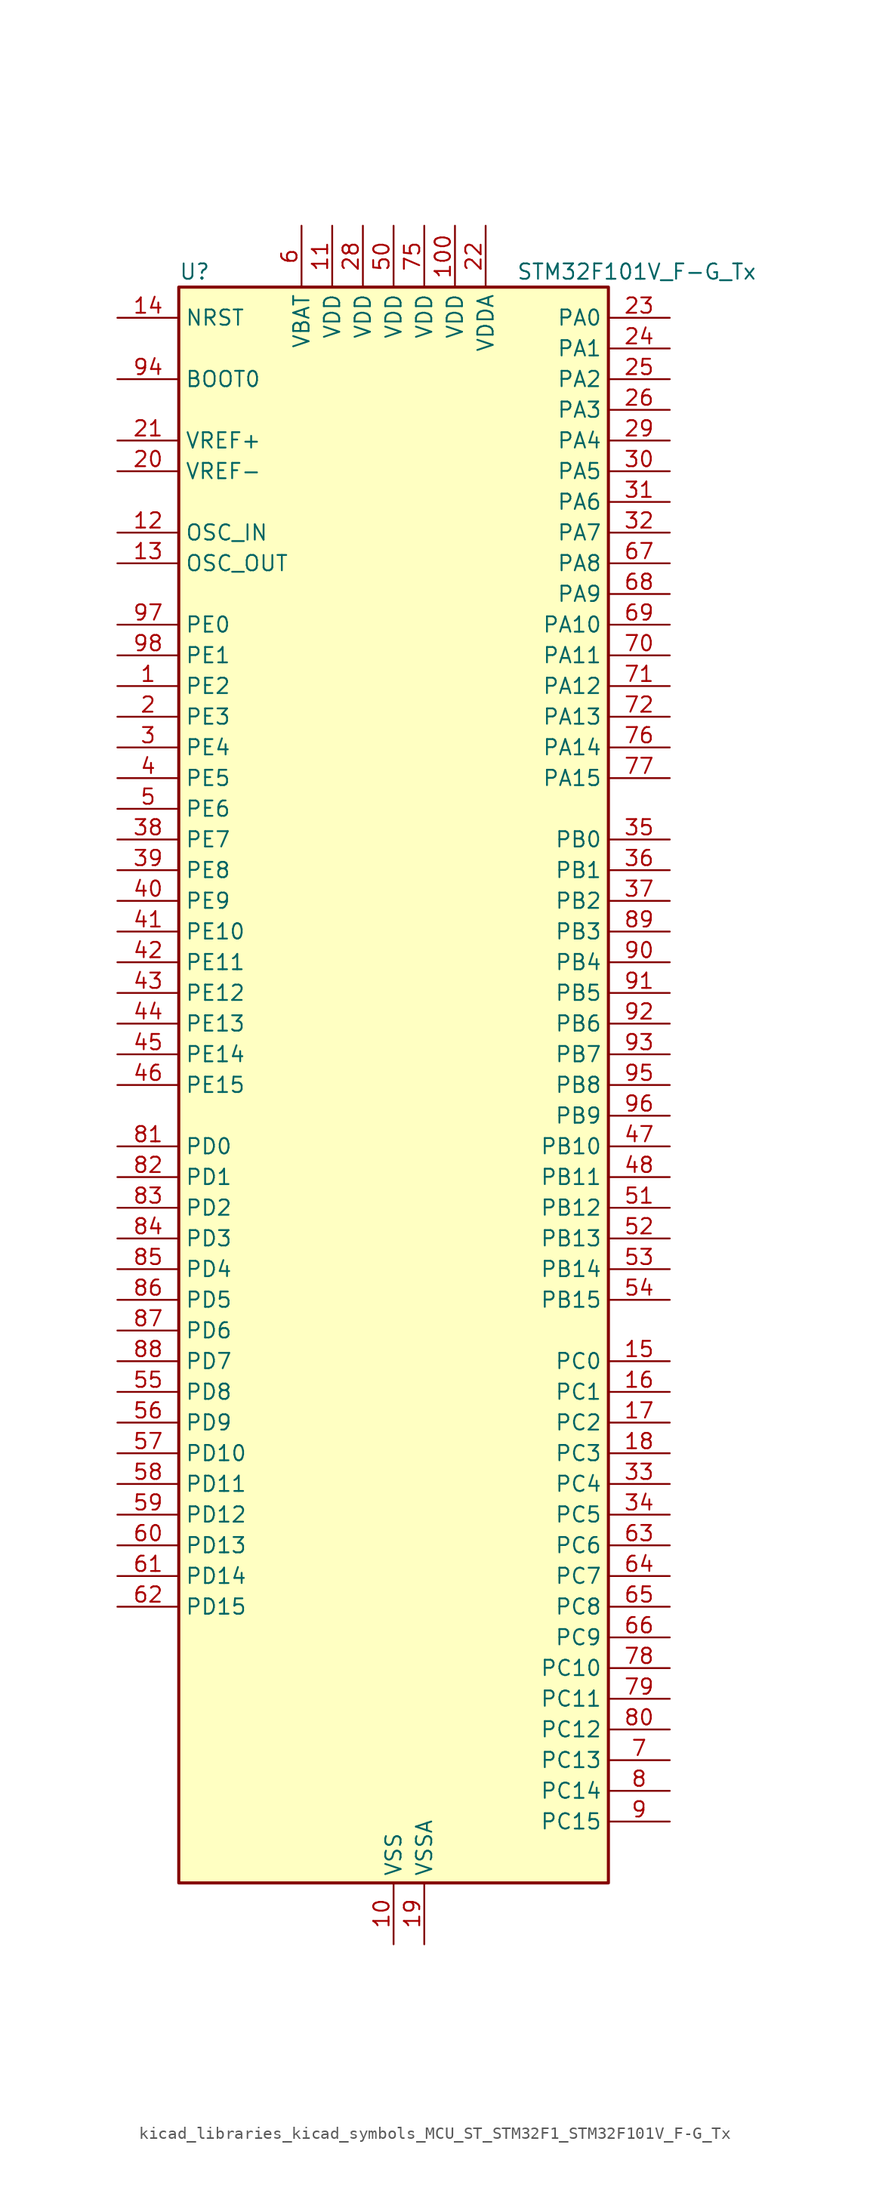
<source format=kicad_sym>
(kicad_symbol_lib
  (version 20220914)
  (generator kicad_symbol_editor)
  (symbol "kicad_libraries_kicad_symbols_MCU_ST_STM32F1_STM32F101V_F-G_Tx"
    (property "Reference" "U"
      (at -17.78 67.31 0)
      (effects (font (size 1.27 1.27)) (justify left)))
    (property "Value" "STM32F101V_F-G_Tx"
      (at 10.16 67.31 0)
      (effects (font (size 1.27 1.27)) (justify left)))
    (property "ki_locked" ""
      (at 0 0 0)
      (effects (font (size 1.27 1.27))))
    (symbol "kicad_libraries_kicad_symbols_MCU_ST_STM32F1_STM32F101V_F-G_Tx_0_1"
      (rectangle (start -17.78 -66.04) (end 17.78 66.04) (stroke (width 0.254) (type default)) (fill (type background))))
    (symbol "kicad_libraries_kicad_symbols_MCU_ST_STM32F1_STM32F101V_F-G_Tx_1_1"
      (pin bidirectional line (at -22.86 33.02 0) (length 5.08) (name "PE2" (effects (font (size 1.27 1.27)))) (number "1" (effects (font (size 1.27 1.27)))) (alternate "FSMC_A23" bidirectional line) (alternate "SYS_TRACECLK" bidirectional line))
      (pin power_in line (at 0 -71.12 90) (length 5.08) (name "VSS" (effects (font (size 1.27 1.27)))) (number "10" (effects (font (size 1.27 1.27)))))
      (pin power_in line (at 5.08 71.12 270) (length 5.08) (name "VDD" (effects (font (size 1.27 1.27)))) (number "100" (effects (font (size 1.27 1.27)))))
      (pin power_in line (at -5.08 71.12 270) (length 5.08) (name "VDD" (effects (font (size 1.27 1.27)))) (number "11" (effects (font (size 1.27 1.27)))))
      (pin input line (at -22.86 45.72 0) (length 5.08) (name "OSC_IN" (effects (font (size 1.27 1.27)))) (number "12" (effects (font (size 1.27 1.27)))) (alternate "RCC_OSC_IN" bidirectional line))
      (pin input line (at -22.86 43.18 0) (length 5.08) (name "OSC_OUT" (effects (font (size 1.27 1.27)))) (number "13" (effects (font (size 1.27 1.27)))) (alternate "RCC_OSC_OUT" bidirectional line))
      (pin input line (at -22.86 63.5 0) (length 5.08) (name "NRST" (effects (font (size 1.27 1.27)))) (number "14" (effects (font (size 1.27 1.27)))))
      (pin bidirectional line (at 22.86 -22.86 180) (length 5.08) (name "PC0" (effects (font (size 1.27 1.27)))) (number "15" (effects (font (size 1.27 1.27)))) (alternate "ADC1_IN10" bidirectional line))
      (pin bidirectional line (at 22.86 -25.4 180) (length 5.08) (name "PC1" (effects (font (size 1.27 1.27)))) (number "16" (effects (font (size 1.27 1.27)))) (alternate "ADC1_IN11" bidirectional line))
      (pin bidirectional line (at 22.86 -27.94 180) (length 5.08) (name "PC2" (effects (font (size 1.27 1.27)))) (number "17" (effects (font (size 1.27 1.27)))) (alternate "ADC1_IN12" bidirectional line))
      (pin bidirectional line (at 22.86 -30.48 180) (length 5.08) (name "PC3" (effects (font (size 1.27 1.27)))) (number "18" (effects (font (size 1.27 1.27)))) (alternate "ADC1_IN13" bidirectional line))
      (pin power_in line (at 2.54 -71.12 90) (length 5.08) (name "VSSA" (effects (font (size 1.27 1.27)))) (number "19" (effects (font (size 1.27 1.27)))))
      (pin bidirectional line (at -22.86 30.48 0) (length 5.08) (name "PE3" (effects (font (size 1.27 1.27)))) (number "2" (effects (font (size 1.27 1.27)))) (alternate "FSMC_A19" bidirectional line) (alternate "SYS_TRACED0" bidirectional line))
      (pin input line (at -22.86 50.8 0) (length 5.08) (name "VREF-" (effects (font (size 1.27 1.27)))) (number "20" (effects (font (size 1.27 1.27)))))
      (pin input line (at -22.86 53.34 0) (length 5.08) (name "VREF+" (effects (font (size 1.27 1.27)))) (number "21" (effects (font (size 1.27 1.27)))))
      (pin power_in line (at 7.62 71.12 270) (length 5.08) (name "VDDA" (effects (font (size 1.27 1.27)))) (number "22" (effects (font (size 1.27 1.27)))))
      (pin bidirectional line (at 22.86 63.5 180) (length 5.08) (name "PA0" (effects (font (size 1.27 1.27)))) (number "23" (effects (font (size 1.27 1.27)))) (alternate "ADC1_IN0" bidirectional line) (alternate "SYS_WKUP" bidirectional line) (alternate "TIM2_CH1" bidirectional line) (alternate "TIM2_ETR" bidirectional line) (alternate "TIM5_CH1" bidirectional line) (alternate "USART2_CTS" bidirectional line))
      (pin bidirectional line (at 22.86 60.96 180) (length 5.08) (name "PA1" (effects (font (size 1.27 1.27)))) (number "24" (effects (font (size 1.27 1.27)))) (alternate "ADC1_IN1" bidirectional line) (alternate "TIM2_CH2" bidirectional line) (alternate "TIM5_CH2" bidirectional line) (alternate "USART2_RTS" bidirectional line))
      (pin bidirectional line (at 22.86 58.42 180) (length 5.08) (name "PA2" (effects (font (size 1.27 1.27)))) (number "25" (effects (font (size 1.27 1.27)))) (alternate "ADC1_IN2" bidirectional line) (alternate "TIM2_CH3" bidirectional line) (alternate "TIM5_CH3" bidirectional line) (alternate "TIM9_CH1" bidirectional line) (alternate "USART2_TX" bidirectional line))
      (pin bidirectional line (at 22.86 55.88 180) (length 5.08) (name "PA3" (effects (font (size 1.27 1.27)))) (number "26" (effects (font (size 1.27 1.27)))) (alternate "ADC1_IN3" bidirectional line) (alternate "TIM2_CH4" bidirectional line) (alternate "TIM5_CH4" bidirectional line) (alternate "TIM9_CH2" bidirectional line) (alternate "USART2_RX" bidirectional line))
      (pin passive line (at 0 -71.12 90) (length 5.08) hide (name "VSS" (effects (font (size 1.27 1.27)))) (number "27" (effects (font (size 1.27 1.27)))))
      (pin power_in line (at -2.54 71.12 270) (length 5.08) (name "VDD" (effects (font (size 1.27 1.27)))) (number "28" (effects (font (size 1.27 1.27)))))
      (pin bidirectional line (at 22.86 53.34 180) (length 5.08) (name "PA4" (effects (font (size 1.27 1.27)))) (number "29" (effects (font (size 1.27 1.27)))) (alternate "ADC1_IN4" bidirectional line) (alternate "DAC_OUT1" bidirectional line) (alternate "SPI1_NSS" bidirectional line) (alternate "USART2_CK" bidirectional line))
      (pin bidirectional line (at -22.86 27.94 0) (length 5.08) (name "PE4" (effects (font (size 1.27 1.27)))) (number "3" (effects (font (size 1.27 1.27)))) (alternate "FSMC_A20" bidirectional line) (alternate "SYS_TRACED1" bidirectional line))
      (pin bidirectional line (at 22.86 50.8 180) (length 5.08) (name "PA5" (effects (font (size 1.27 1.27)))) (number "30" (effects (font (size 1.27 1.27)))) (alternate "ADC1_IN5" bidirectional line) (alternate "DAC_OUT2" bidirectional line) (alternate "SPI1_SCK" bidirectional line))
      (pin bidirectional line (at 22.86 48.26 180) (length 5.08) (name "PA6" (effects (font (size 1.27 1.27)))) (number "31" (effects (font (size 1.27 1.27)))) (alternate "ADC1_IN6" bidirectional line) (alternate "SPI1_MISO" bidirectional line) (alternate "TIM13_CH1" bidirectional line) (alternate "TIM3_CH1" bidirectional line))
      (pin bidirectional line (at 22.86 45.72 180) (length 5.08) (name "PA7" (effects (font (size 1.27 1.27)))) (number "32" (effects (font (size 1.27 1.27)))) (alternate "ADC1_IN7" bidirectional line) (alternate "SPI1_MOSI" bidirectional line) (alternate "TIM14_CH1" bidirectional line) (alternate "TIM3_CH2" bidirectional line))
      (pin bidirectional line (at 22.86 -33.02 180) (length 5.08) (name "PC4" (effects (font (size 1.27 1.27)))) (number "33" (effects (font (size 1.27 1.27)))) (alternate "ADC1_IN14" bidirectional line))
      (pin bidirectional line (at 22.86 -35.56 180) (length 5.08) (name "PC5" (effects (font (size 1.27 1.27)))) (number "34" (effects (font (size 1.27 1.27)))) (alternate "ADC1_IN15" bidirectional line))
      (pin bidirectional line (at 22.86 20.32 180) (length 5.08) (name "PB0" (effects (font (size 1.27 1.27)))) (number "35" (effects (font (size 1.27 1.27)))) (alternate "ADC1_IN8" bidirectional line) (alternate "TIM3_CH3" bidirectional line))
      (pin bidirectional line (at 22.86 17.78 180) (length 5.08) (name "PB1" (effects (font (size 1.27 1.27)))) (number "36" (effects (font (size 1.27 1.27)))) (alternate "ADC1_IN9" bidirectional line) (alternate "TIM3_CH4" bidirectional line))
      (pin bidirectional line (at 22.86 15.24 180) (length 5.08) (name "PB2" (effects (font (size 1.27 1.27)))) (number "37" (effects (font (size 1.27 1.27)))))
      (pin bidirectional line (at -22.86 20.32 0) (length 5.08) (name "PE7" (effects (font (size 1.27 1.27)))) (number "38" (effects (font (size 1.27 1.27)))) (alternate "FSMC_D4" bidirectional line) (alternate "FSMC_DA4" bidirectional line))
      (pin bidirectional line (at -22.86 17.78 0) (length 5.08) (name "PE8" (effects (font (size 1.27 1.27)))) (number "39" (effects (font (size 1.27 1.27)))) (alternate "FSMC_D5" bidirectional line) (alternate "FSMC_DA5" bidirectional line))
      (pin bidirectional line (at -22.86 25.4 0) (length 5.08) (name "PE5" (effects (font (size 1.27 1.27)))) (number "4" (effects (font (size 1.27 1.27)))) (alternate "FSMC_A21" bidirectional line) (alternate "SYS_TRACED2" bidirectional line) (alternate "TIM9_CH1" bidirectional line))
      (pin bidirectional line (at -22.86 15.24 0) (length 5.08) (name "PE9" (effects (font (size 1.27 1.27)))) (number "40" (effects (font (size 1.27 1.27)))) (alternate "DAC_EXTI9" bidirectional line) (alternate "FSMC_D6" bidirectional line) (alternate "FSMC_DA6" bidirectional line))
      (pin bidirectional line (at -22.86 12.7 0) (length 5.08) (name "PE10" (effects (font (size 1.27 1.27)))) (number "41" (effects (font (size 1.27 1.27)))) (alternate "FSMC_D7" bidirectional line) (alternate "FSMC_DA7" bidirectional line))
      (pin bidirectional line (at -22.86 10.16 0) (length 5.08) (name "PE11" (effects (font (size 1.27 1.27)))) (number "42" (effects (font (size 1.27 1.27)))) (alternate "ADC1_EXTI11" bidirectional line) (alternate "FSMC_D8" bidirectional line) (alternate "FSMC_DA8" bidirectional line))
      (pin bidirectional line (at -22.86 7.62 0) (length 5.08) (name "PE12" (effects (font (size 1.27 1.27)))) (number "43" (effects (font (size 1.27 1.27)))) (alternate "FSMC_D9" bidirectional line) (alternate "FSMC_DA9" bidirectional line))
      (pin bidirectional line (at -22.86 5.08 0) (length 5.08) (name "PE13" (effects (font (size 1.27 1.27)))) (number "44" (effects (font (size 1.27 1.27)))) (alternate "FSMC_D10" bidirectional line) (alternate "FSMC_DA10" bidirectional line))
      (pin bidirectional line (at -22.86 2.54 0) (length 5.08) (name "PE14" (effects (font (size 1.27 1.27)))) (number "45" (effects (font (size 1.27 1.27)))) (alternate "FSMC_D11" bidirectional line) (alternate "FSMC_DA11" bidirectional line))
      (pin bidirectional line (at -22.86 0 0) (length 5.08) (name "PE15" (effects (font (size 1.27 1.27)))) (number "46" (effects (font (size 1.27 1.27)))) (alternate "ADC1_EXTI15" bidirectional line) (alternate "FSMC_D12" bidirectional line) (alternate "FSMC_DA12" bidirectional line))
      (pin bidirectional line (at 22.86 -5.08 180) (length 5.08) (name "PB10" (effects (font (size 1.27 1.27)))) (number "47" (effects (font (size 1.27 1.27)))) (alternate "I2C2_SCL" bidirectional line) (alternate "TIM2_CH3" bidirectional line) (alternate "USART3_TX" bidirectional line))
      (pin bidirectional line (at 22.86 -7.62 180) (length 5.08) (name "PB11" (effects (font (size 1.27 1.27)))) (number "48" (effects (font (size 1.27 1.27)))) (alternate "ADC1_EXTI11" bidirectional line) (alternate "I2C2_SDA" bidirectional line) (alternate "TIM2_CH4" bidirectional line) (alternate "USART3_RX" bidirectional line))
      (pin passive line (at 0 -71.12 90) (length 5.08) hide (name "VSS" (effects (font (size 1.27 1.27)))) (number "49" (effects (font (size 1.27 1.27)))))
      (pin bidirectional line (at -22.86 22.86 0) (length 5.08) (name "PE6" (effects (font (size 1.27 1.27)))) (number "5" (effects (font (size 1.27 1.27)))) (alternate "FSMC_A22" bidirectional line) (alternate "SYS_TRACED3" bidirectional line) (alternate "TIM9_CH2" bidirectional line))
      (pin power_in line (at 0 71.12 270) (length 5.08) (name "VDD" (effects (font (size 1.27 1.27)))) (number "50" (effects (font (size 1.27 1.27)))))
      (pin bidirectional line (at 22.86 -10.16 180) (length 5.08) (name "PB12" (effects (font (size 1.27 1.27)))) (number "51" (effects (font (size 1.27 1.27)))) (alternate "I2C2_SMBA" bidirectional line) (alternate "SPI2_NSS" bidirectional line) (alternate "USART3_CK" bidirectional line))
      (pin bidirectional line (at 22.86 -12.7 180) (length 5.08) (name "PB13" (effects (font (size 1.27 1.27)))) (number "52" (effects (font (size 1.27 1.27)))) (alternate "SPI2_SCK" bidirectional line) (alternate "USART3_CTS" bidirectional line))
      (pin bidirectional line (at 22.86 -15.24 180) (length 5.08) (name "PB14" (effects (font (size 1.27 1.27)))) (number "53" (effects (font (size 1.27 1.27)))) (alternate "SPI2_MISO" bidirectional line) (alternate "TIM12_CH1" bidirectional line) (alternate "USART3_RTS" bidirectional line))
      (pin bidirectional line (at 22.86 -17.78 180) (length 5.08) (name "PB15" (effects (font (size 1.27 1.27)))) (number "54" (effects (font (size 1.27 1.27)))) (alternate "ADC1_EXTI15" bidirectional line) (alternate "SPI2_MOSI" bidirectional line) (alternate "TIM12_CH2" bidirectional line))
      (pin bidirectional line (at -22.86 -25.4 0) (length 5.08) (name "PD8" (effects (font (size 1.27 1.27)))) (number "55" (effects (font (size 1.27 1.27)))) (alternate "FSMC_D13" bidirectional line) (alternate "FSMC_DA13" bidirectional line) (alternate "USART3_TX" bidirectional line))
      (pin bidirectional line (at -22.86 -27.94 0) (length 5.08) (name "PD9" (effects (font (size 1.27 1.27)))) (number "56" (effects (font (size 1.27 1.27)))) (alternate "DAC_EXTI9" bidirectional line) (alternate "FSMC_D14" bidirectional line) (alternate "FSMC_DA14" bidirectional line) (alternate "USART3_RX" bidirectional line))
      (pin bidirectional line (at -22.86 -30.48 0) (length 5.08) (name "PD10" (effects (font (size 1.27 1.27)))) (number "57" (effects (font (size 1.27 1.27)))) (alternate "FSMC_D15" bidirectional line) (alternate "FSMC_DA15" bidirectional line) (alternate "USART3_CK" bidirectional line))
      (pin bidirectional line (at -22.86 -33.02 0) (length 5.08) (name "PD11" (effects (font (size 1.27 1.27)))) (number "58" (effects (font (size 1.27 1.27)))) (alternate "ADC1_EXTI11" bidirectional line) (alternate "FSMC_A16" bidirectional line) (alternate "FSMC_CLE" bidirectional line) (alternate "USART3_CTS" bidirectional line))
      (pin bidirectional line (at -22.86 -35.56 0) (length 5.08) (name "PD12" (effects (font (size 1.27 1.27)))) (number "59" (effects (font (size 1.27 1.27)))) (alternate "FSMC_A17" bidirectional line) (alternate "FSMC_ALE" bidirectional line) (alternate "TIM4_CH1" bidirectional line) (alternate "USART3_RTS" bidirectional line))
      (pin power_in line (at -7.62 71.12 270) (length 5.08) (name "VBAT" (effects (font (size 1.27 1.27)))) (number "6" (effects (font (size 1.27 1.27)))))
      (pin bidirectional line (at -22.86 -38.1 0) (length 5.08) (name "PD13" (effects (font (size 1.27 1.27)))) (number "60" (effects (font (size 1.27 1.27)))) (alternate "FSMC_A18" bidirectional line) (alternate "TIM4_CH2" bidirectional line))
      (pin bidirectional line (at -22.86 -40.64 0) (length 5.08) (name "PD14" (effects (font (size 1.27 1.27)))) (number "61" (effects (font (size 1.27 1.27)))) (alternate "FSMC_D0" bidirectional line) (alternate "FSMC_DA0" bidirectional line) (alternate "TIM4_CH3" bidirectional line))
      (pin bidirectional line (at -22.86 -43.18 0) (length 5.08) (name "PD15" (effects (font (size 1.27 1.27)))) (number "62" (effects (font (size 1.27 1.27)))) (alternate "ADC1_EXTI15" bidirectional line) (alternate "FSMC_D1" bidirectional line) (alternate "FSMC_DA1" bidirectional line) (alternate "TIM4_CH4" bidirectional line))
      (pin bidirectional line (at 22.86 -38.1 180) (length 5.08) (name "PC6" (effects (font (size 1.27 1.27)))) (number "63" (effects (font (size 1.27 1.27)))) (alternate "TIM3_CH1" bidirectional line))
      (pin bidirectional line (at 22.86 -40.64 180) (length 5.08) (name "PC7" (effects (font (size 1.27 1.27)))) (number "64" (effects (font (size 1.27 1.27)))) (alternate "TIM3_CH2" bidirectional line))
      (pin bidirectional line (at 22.86 -43.18 180) (length 5.08) (name "PC8" (effects (font (size 1.27 1.27)))) (number "65" (effects (font (size 1.27 1.27)))) (alternate "TIM3_CH3" bidirectional line))
      (pin bidirectional line (at 22.86 -45.72 180) (length 5.08) (name "PC9" (effects (font (size 1.27 1.27)))) (number "66" (effects (font (size 1.27 1.27)))) (alternate "DAC_EXTI9" bidirectional line) (alternate "TIM3_CH4" bidirectional line))
      (pin bidirectional line (at 22.86 43.18 180) (length 5.08) (name "PA8" (effects (font (size 1.27 1.27)))) (number "67" (effects (font (size 1.27 1.27)))) (alternate "RCC_MCO" bidirectional line) (alternate "USART1_CK" bidirectional line))
      (pin bidirectional line (at 22.86 40.64 180) (length 5.08) (name "PA9" (effects (font (size 1.27 1.27)))) (number "68" (effects (font (size 1.27 1.27)))) (alternate "DAC_EXTI9" bidirectional line) (alternate "USART1_TX" bidirectional line))
      (pin bidirectional line (at 22.86 38.1 180) (length 5.08) (name "PA10" (effects (font (size 1.27 1.27)))) (number "69" (effects (font (size 1.27 1.27)))) (alternate "USART1_RX" bidirectional line))
      (pin bidirectional line (at 22.86 -55.88 180) (length 5.08) (name "PC13" (effects (font (size 1.27 1.27)))) (number "7" (effects (font (size 1.27 1.27)))) (alternate "RTC_OUT" bidirectional line) (alternate "RTC_TAMPER" bidirectional line))
      (pin bidirectional line (at 22.86 35.56 180) (length 5.08) (name "PA11" (effects (font (size 1.27 1.27)))) (number "70" (effects (font (size 1.27 1.27)))) (alternate "ADC1_EXTI11" bidirectional line) (alternate "USART1_CTS" bidirectional line))
      (pin bidirectional line (at 22.86 33.02 180) (length 5.08) (name "PA12" (effects (font (size 1.27 1.27)))) (number "71" (effects (font (size 1.27 1.27)))) (alternate "USART1_RTS" bidirectional line))
      (pin bidirectional line (at 22.86 30.48 180) (length 5.08) (name "PA13" (effects (font (size 1.27 1.27)))) (number "72" (effects (font (size 1.27 1.27)))) (alternate "SYS_JTMS-SWDIO" bidirectional line))
      (pin no_connect line (at -17.78 -66.04 0) (length 5.08) hide (name "NC" (effects (font (size 1.27 1.27)))) (number "73" (effects (font (size 1.27 1.27)))))
      (pin passive line (at 0 -71.12 90) (length 5.08) hide (name "VSS" (effects (font (size 1.27 1.27)))) (number "74" (effects (font (size 1.27 1.27)))))
      (pin power_in line (at 2.54 71.12 270) (length 5.08) (name "VDD" (effects (font (size 1.27 1.27)))) (number "75" (effects (font (size 1.27 1.27)))))
      (pin bidirectional line (at 22.86 27.94 180) (length 5.08) (name "PA14" (effects (font (size 1.27 1.27)))) (number "76" (effects (font (size 1.27 1.27)))) (alternate "SYS_JTCK-SWCLK" bidirectional line))
      (pin bidirectional line (at 22.86 25.4 180) (length 5.08) (name "PA15" (effects (font (size 1.27 1.27)))) (number "77" (effects (font (size 1.27 1.27)))) (alternate "ADC1_EXTI15" bidirectional line) (alternate "SPI1_NSS" bidirectional line) (alternate "SPI3_NSS" bidirectional line) (alternate "SYS_JTDI" bidirectional line) (alternate "TIM2_CH1" bidirectional line) (alternate "TIM2_ETR" bidirectional line))
      (pin bidirectional line (at 22.86 -48.26 180) (length 5.08) (name "PC10" (effects (font (size 1.27 1.27)))) (number "78" (effects (font (size 1.27 1.27)))) (alternate "UART4_TX" bidirectional line) (alternate "USART3_TX" bidirectional line))
      (pin bidirectional line (at 22.86 -50.8 180) (length 5.08) (name "PC11" (effects (font (size 1.27 1.27)))) (number "79" (effects (font (size 1.27 1.27)))) (alternate "ADC1_EXTI11" bidirectional line) (alternate "UART4_RX" bidirectional line) (alternate "USART3_RX" bidirectional line))
      (pin bidirectional line (at 22.86 -58.42 180) (length 5.08) (name "PC14" (effects (font (size 1.27 1.27)))) (number "8" (effects (font (size 1.27 1.27)))) (alternate "RCC_OSC32_IN" bidirectional line))
      (pin bidirectional line (at 22.86 -53.34 180) (length 5.08) (name "PC12" (effects (font (size 1.27 1.27)))) (number "80" (effects (font (size 1.27 1.27)))) (alternate "UART5_TX" bidirectional line) (alternate "USART3_CK" bidirectional line))
      (pin bidirectional line (at -22.86 -5.08 0) (length 5.08) (name "PD0" (effects (font (size 1.27 1.27)))) (number "81" (effects (font (size 1.27 1.27)))) (alternate "FSMC_D2" bidirectional line) (alternate "FSMC_DA2" bidirectional line))
      (pin bidirectional line (at -22.86 -7.62 0) (length 5.08) (name "PD1" (effects (font (size 1.27 1.27)))) (number "82" (effects (font (size 1.27 1.27)))) (alternate "FSMC_D3" bidirectional line) (alternate "FSMC_DA3" bidirectional line))
      (pin bidirectional line (at -22.86 -10.16 0) (length 5.08) (name "PD2" (effects (font (size 1.27 1.27)))) (number "83" (effects (font (size 1.27 1.27)))) (alternate "TIM3_ETR" bidirectional line) (alternate "UART5_RX" bidirectional line))
      (pin bidirectional line (at -22.86 -12.7 0) (length 5.08) (name "PD3" (effects (font (size 1.27 1.27)))) (number "84" (effects (font (size 1.27 1.27)))) (alternate "FSMC_CLK" bidirectional line) (alternate "USART2_CTS" bidirectional line))
      (pin bidirectional line (at -22.86 -15.24 0) (length 5.08) (name "PD4" (effects (font (size 1.27 1.27)))) (number "85" (effects (font (size 1.27 1.27)))) (alternate "FSMC_NOE" bidirectional line) (alternate "USART2_RTS" bidirectional line))
      (pin bidirectional line (at -22.86 -17.78 0) (length 5.08) (name "PD5" (effects (font (size 1.27 1.27)))) (number "86" (effects (font (size 1.27 1.27)))) (alternate "FSMC_NWE" bidirectional line) (alternate "USART2_TX" bidirectional line))
      (pin bidirectional line (at -22.86 -20.32 0) (length 5.08) (name "PD6" (effects (font (size 1.27 1.27)))) (number "87" (effects (font (size 1.27 1.27)))) (alternate "FSMC_NWAIT" bidirectional line) (alternate "USART2_RX" bidirectional line))
      (pin bidirectional line (at -22.86 -22.86 0) (length 5.08) (name "PD7" (effects (font (size 1.27 1.27)))) (number "88" (effects (font (size 1.27 1.27)))) (alternate "FSMC_NCE2" bidirectional line) (alternate "FSMC_NE1" bidirectional line) (alternate "USART2_CK" bidirectional line))
      (pin bidirectional line (at 22.86 12.7 180) (length 5.08) (name "PB3" (effects (font (size 1.27 1.27)))) (number "89" (effects (font (size 1.27 1.27)))) (alternate "SPI1_SCK" bidirectional line) (alternate "SPI3_SCK" bidirectional line) (alternate "SYS_JTDO-TRACESWO" bidirectional line) (alternate "TIM2_CH2" bidirectional line))
      (pin bidirectional line (at 22.86 -60.96 180) (length 5.08) (name "PC15" (effects (font (size 1.27 1.27)))) (number "9" (effects (font (size 1.27 1.27)))) (alternate "ADC1_EXTI15" bidirectional line) (alternate "RCC_OSC32_OUT" bidirectional line))
      (pin bidirectional line (at 22.86 10.16 180) (length 5.08) (name "PB4" (effects (font (size 1.27 1.27)))) (number "90" (effects (font (size 1.27 1.27)))) (alternate "SPI1_MISO" bidirectional line) (alternate "SPI3_MISO" bidirectional line) (alternate "SYS_NJTRST" bidirectional line) (alternate "TIM3_CH1" bidirectional line))
      (pin bidirectional line (at 22.86 7.62 180) (length 5.08) (name "PB5" (effects (font (size 1.27 1.27)))) (number "91" (effects (font (size 1.27 1.27)))) (alternate "I2C1_SMBA" bidirectional line) (alternate "SPI1_MOSI" bidirectional line) (alternate "SPI3_MOSI" bidirectional line) (alternate "TIM3_CH2" bidirectional line))
      (pin bidirectional line (at 22.86 5.08 180) (length 5.08) (name "PB6" (effects (font (size 1.27 1.27)))) (number "92" (effects (font (size 1.27 1.27)))) (alternate "I2C1_SCL" bidirectional line) (alternate "TIM4_CH1" bidirectional line) (alternate "USART1_TX" bidirectional line))
      (pin bidirectional line (at 22.86 2.54 180) (length 5.08) (name "PB7" (effects (font (size 1.27 1.27)))) (number "93" (effects (font (size 1.27 1.27)))) (alternate "FSMC_NL" bidirectional line) (alternate "I2C1_SDA" bidirectional line) (alternate "TIM4_CH2" bidirectional line) (alternate "USART1_RX" bidirectional line))
      (pin input line (at -22.86 58.42 0) (length 5.08) (name "BOOT0" (effects (font (size 1.27 1.27)))) (number "94" (effects (font (size 1.27 1.27)))))
      (pin bidirectional line (at 22.86 0 180) (length 5.08) (name "PB8" (effects (font (size 1.27 1.27)))) (number "95" (effects (font (size 1.27 1.27)))) (alternate "I2C1_SCL" bidirectional line) (alternate "TIM10_CH1" bidirectional line) (alternate "TIM4_CH3" bidirectional line))
      (pin bidirectional line (at 22.86 -2.54 180) (length 5.08) (name "PB9" (effects (font (size 1.27 1.27)))) (number "96" (effects (font (size 1.27 1.27)))) (alternate "DAC_EXTI9" bidirectional line) (alternate "I2C1_SDA" bidirectional line) (alternate "TIM11_CH1" bidirectional line) (alternate "TIM4_CH4" bidirectional line))
      (pin bidirectional line (at -22.86 38.1 0) (length 5.08) (name "PE0" (effects (font (size 1.27 1.27)))) (number "97" (effects (font (size 1.27 1.27)))) (alternate "FSMC_NBL0" bidirectional line) (alternate "TIM4_ETR" bidirectional line))
      (pin bidirectional line (at -22.86 35.56 0) (length 5.08) (name "PE1" (effects (font (size 1.27 1.27)))) (number "98" (effects (font (size 1.27 1.27)))) (alternate "FSMC_NBL1" bidirectional line))
      (pin passive line (at 0 -71.12 90) (length 5.08) hide (name "VSS" (effects (font (size 1.27 1.27)))) (number "99" (effects (font (size 1.27 1.27))))))))
</source>
